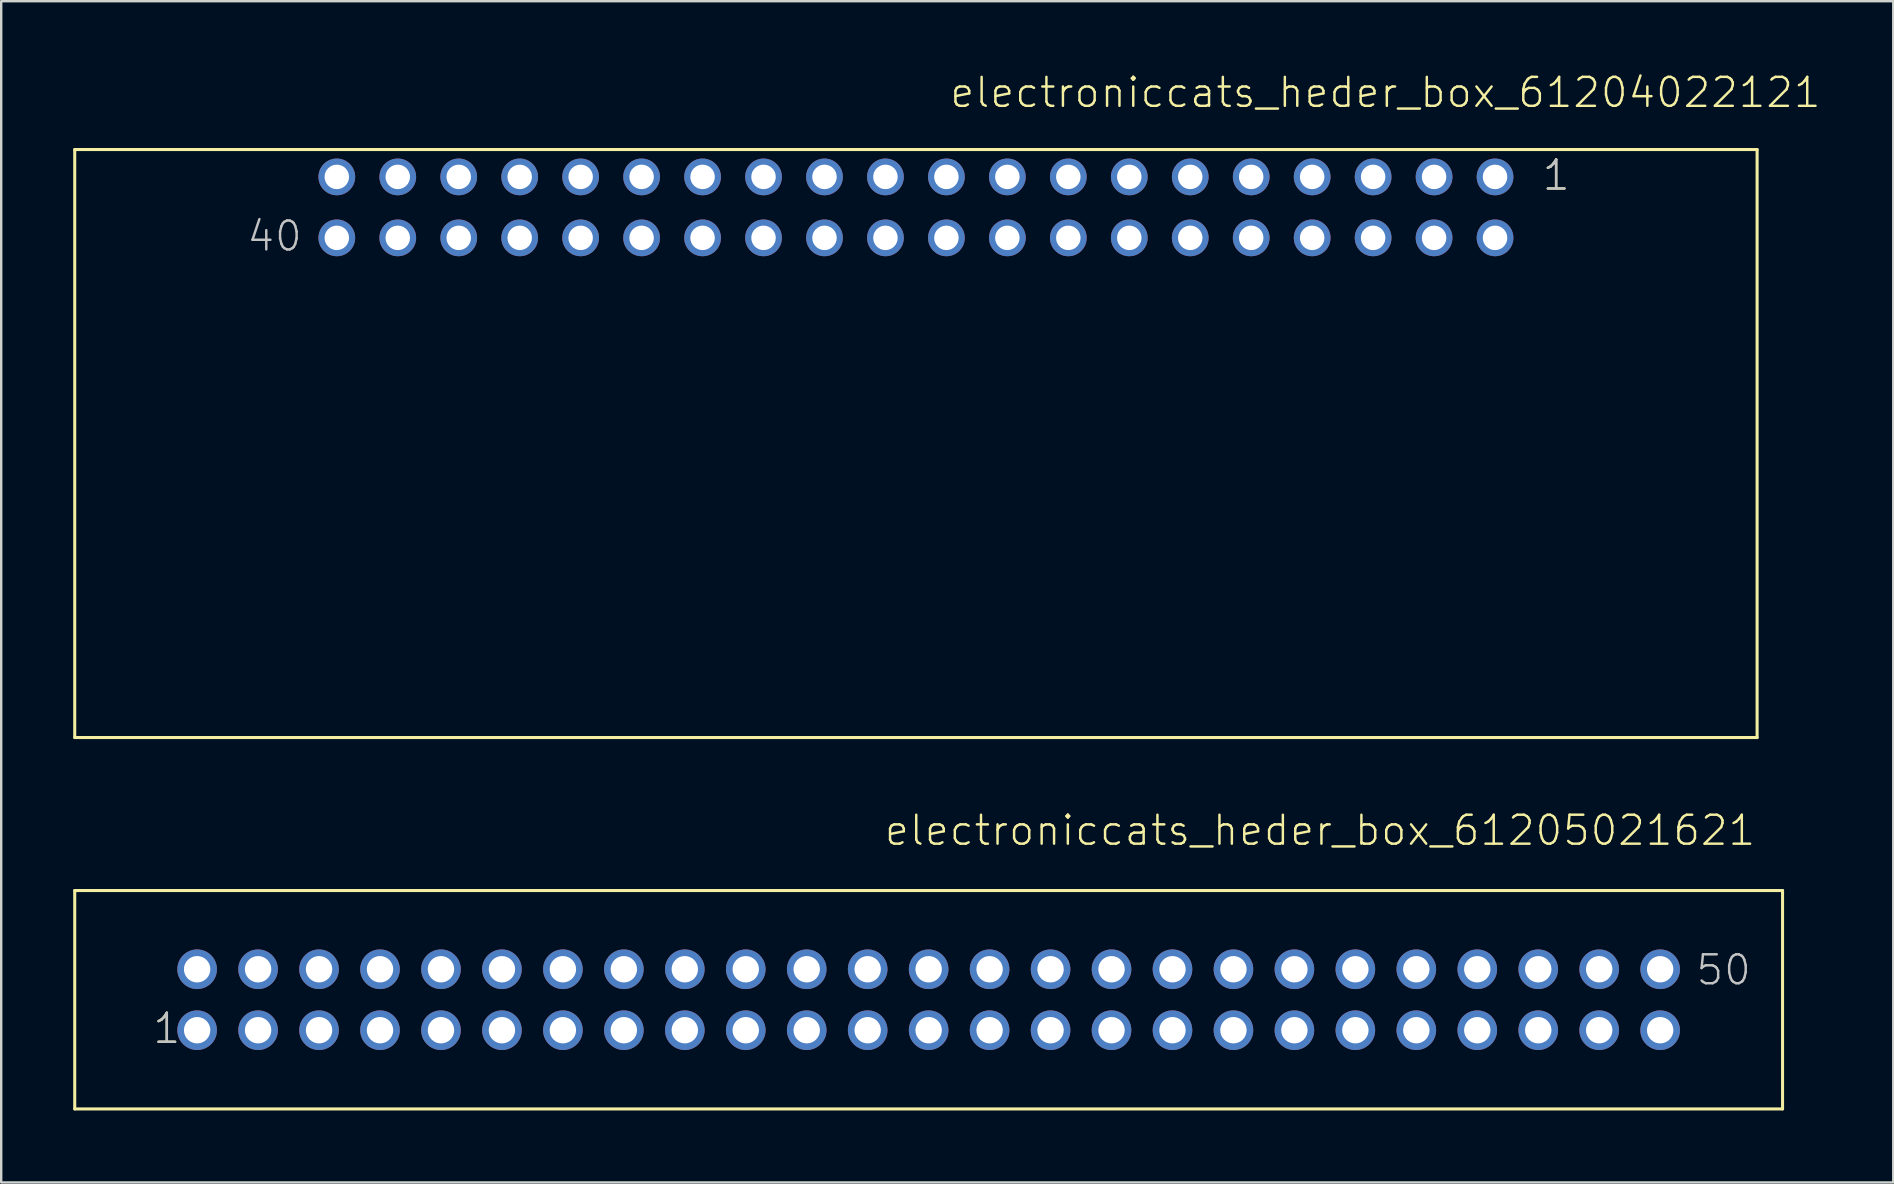
<source format=kicad_pcb>
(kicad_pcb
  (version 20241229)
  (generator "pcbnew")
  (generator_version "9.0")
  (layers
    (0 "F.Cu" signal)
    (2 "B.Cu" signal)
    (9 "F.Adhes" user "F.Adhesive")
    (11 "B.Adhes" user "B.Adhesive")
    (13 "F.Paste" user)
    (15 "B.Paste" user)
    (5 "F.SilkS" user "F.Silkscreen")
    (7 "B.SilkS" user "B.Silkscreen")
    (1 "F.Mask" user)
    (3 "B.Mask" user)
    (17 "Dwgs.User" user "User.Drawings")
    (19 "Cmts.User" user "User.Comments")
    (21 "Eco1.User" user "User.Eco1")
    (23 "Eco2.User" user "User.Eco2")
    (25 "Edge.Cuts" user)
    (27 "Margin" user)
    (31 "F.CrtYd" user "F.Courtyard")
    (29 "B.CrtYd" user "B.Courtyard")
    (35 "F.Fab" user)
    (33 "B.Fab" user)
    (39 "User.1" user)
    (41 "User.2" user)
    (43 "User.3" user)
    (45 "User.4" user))
  (footprint "electroniccats_heder_box_61205021621"
    (layer "F.Cu")
    (at 35.644 38.606)
    (property "Reference" "electroniccats_heder_box_61205021621" (at -1.905 -6.35 0) (layer "F.SilkS") (effects (font (size 1.206 1.206) (thickness 0.102)) (justify left bottom)))
    (attr through_hole)
    (fp_line (start -35.58 -4.55) (end 35.58 -4.55) (stroke (width 0.127) (type solid)) (layer "F.SilkS"))
    (fp_line (start -35.58 4.55) (end -35.58 -4.55) (stroke (width 0.127) (type solid)) (layer "F.SilkS"))
    (fp_line (start 35.58 -4.55) (end 35.58 4.55) (stroke (width 0.127) (type solid)) (layer "F.SilkS"))
    (fp_line (start 35.58 4.55) (end -35.58 4.55) (stroke (width 0.127) (type solid)) (layer "F.SilkS"))
    (fp_text user "1" (at -32.385 1.905 0) (layer "F.SilkS") (effects (font (size 1.206 1.206) (thickness 0.102)) (justify left bottom)))
    (fp_text user "1" (at -32.385 1.905 0) (layer "Dwgs.User") (effects (font (size 1.206 1.206) (thickness 0.102)) (justify left bottom)))
    (fp_text user "50" (at 31.91 -0.535 0) (layer "Dwgs.User") (effects (font (size 1.206 1.206) (thickness 0.102)) (justify left bottom)))
    (pad "1" thru_hole circle (at -30.48 1.27) (size 1.65 1.65) (drill 1.1) (layers "*.Cu" "*.Mask"))
    (pad "2" thru_hole circle (at -30.48 -1.27) (size 1.65 1.65) (drill 1.1) (layers "*.Cu" "*.Mask"))
    (pad "3" thru_hole circle (at -27.94 1.27) (size 1.65 1.65) (drill 1.1) (layers "*.Cu" "*.Mask"))
    (pad "4" thru_hole circle (at -27.94 -1.27) (size 1.65 1.65) (drill 1.1) (layers "*.Cu" "*.Mask"))
    (pad "5" thru_hole circle (at -25.4 1.27) (size 1.65 1.65) (drill 1.1) (layers "*.Cu" "*.Mask"))
    (pad "6" thru_hole circle (at -25.4 -1.27) (size 1.65 1.65) (drill 1.1) (layers "*.Cu" "*.Mask"))
    (pad "7" thru_hole circle (at -22.86 1.27) (size 1.65 1.65) (drill 1.1) (layers "*.Cu" "*.Mask"))
    (pad "8" thru_hole circle (at -22.86 -1.27) (size 1.65 1.65) (drill 1.1) (layers "*.Cu" "*.Mask"))
    (pad "9" thru_hole circle (at -20.32 1.27) (size 1.65 1.65) (drill 1.1) (layers "*.Cu" "*.Mask"))
    (pad "10" thru_hole circle (at -20.32 -1.27) (size 1.65 1.65) (drill 1.1) (layers "*.Cu" "*.Mask"))
    (pad "11" thru_hole circle (at -17.78 1.27) (size 1.65 1.65) (drill 1.1) (layers "*.Cu" "*.Mask"))
    (pad "12" thru_hole circle (at -17.78 -1.27) (size 1.65 1.65) (drill 1.1) (layers "*.Cu" "*.Mask"))
    (pad "13" thru_hole circle (at -15.24 1.27) (size 1.65 1.65) (drill 1.1) (layers "*.Cu" "*.Mask"))
    (pad "14" thru_hole circle (at -15.24 -1.27) (size 1.65 1.65) (drill 1.1) (layers "*.Cu" "*.Mask"))
    (pad "15" thru_hole circle (at -12.7 1.27) (size 1.65 1.65) (drill 1.1) (layers "*.Cu" "*.Mask"))
    (pad "16" thru_hole circle (at -12.7 -1.27) (size 1.65 1.65) (drill 1.1) (layers "*.Cu" "*.Mask"))
    (pad "17" thru_hole circle (at -10.16 1.27) (size 1.65 1.65) (drill 1.1) (layers "*.Cu" "*.Mask"))
    (pad "18" thru_hole circle (at -10.16 -1.27) (size 1.65 1.65) (drill 1.1) (layers "*.Cu" "*.Mask"))
    (pad "19" thru_hole circle (at -7.62 1.27) (size 1.65 1.65) (drill 1.1) (layers "*.Cu" "*.Mask"))
    (pad "20" thru_hole circle (at -7.62 -1.27) (size 1.65 1.65) (drill 1.1) (layers "*.Cu" "*.Mask"))
    (pad "21" thru_hole circle (at -5.08 1.27) (size 1.65 1.65) (drill 1.1) (layers "*.Cu" "*.Mask"))
    (pad "22" thru_hole circle (at -5.08 -1.27) (size 1.65 1.65) (drill 1.1) (layers "*.Cu" "*.Mask"))
    (pad "23" thru_hole circle (at -2.54 1.27) (size 1.65 1.65) (drill 1.1) (layers "*.Cu" "*.Mask"))
    (pad "24" thru_hole circle (at -2.54 -1.27) (size 1.65 1.65) (drill 1.1) (layers "*.Cu" "*.Mask"))
    (pad "25" thru_hole circle (at 0 1.27) (size 1.65 1.65) (drill 1.1) (layers "*.Cu" "*.Mask"))
    (pad "26" thru_hole circle (at 0 -1.27) (size 1.65 1.65) (drill 1.1) (layers "*.Cu" "*.Mask"))
    (pad "27" thru_hole circle (at 2.54 1.27) (size 1.65 1.65) (drill 1.1) (layers "*.Cu" "*.Mask"))
    (pad "28" thru_hole circle (at 2.54 -1.27) (size 1.65 1.65) (drill 1.1) (layers "*.Cu" "*.Mask"))
    (pad "29" thru_hole circle (at 5.08 1.27) (size 1.65 1.65) (drill 1.1) (layers "*.Cu" "*.Mask"))
    (pad "30" thru_hole circle (at 5.08 -1.27) (size 1.65 1.65) (drill 1.1) (layers "*.Cu" "*.Mask"))
    (pad "31" thru_hole circle (at 7.62 1.27) (size 1.65 1.65) (drill 1.1) (layers "*.Cu" "*.Mask"))
    (pad "32" thru_hole circle (at 7.62 -1.27) (size 1.65 1.65) (drill 1.1) (layers "*.Cu" "*.Mask"))
    (pad "33" thru_hole circle (at 10.16 1.27) (size 1.65 1.65) (drill 1.1) (layers "*.Cu" "*.Mask"))
    (pad "34" thru_hole circle (at 10.16 -1.27) (size 1.65 1.65) (drill 1.1) (layers "*.Cu" "*.Mask"))
    (pad "35" thru_hole circle (at 12.7 1.27) (size 1.65 1.65) (drill 1.1) (layers "*.Cu" "*.Mask"))
    (pad "36" thru_hole circle (at 12.7 -1.27) (size 1.65 1.65) (drill 1.1) (layers "*.Cu" "*.Mask"))
    (pad "37" thru_hole circle (at 15.24 1.27) (size 1.65 1.65) (drill 1.1) (layers "*.Cu" "*.Mask"))
    (pad "38" thru_hole circle (at 15.24 -1.27) (size 1.65 1.65) (drill 1.1) (layers "*.Cu" "*.Mask"))
    (pad "39" thru_hole circle (at 17.78 1.27) (size 1.65 1.65) (drill 1.1) (layers "*.Cu" "*.Mask"))
    (pad "40" thru_hole circle (at 17.78 -1.27) (size 1.65 1.65) (drill 1.1) (layers "*.Cu" "*.Mask"))
    (pad "41" thru_hole circle (at 20.32 1.27) (size 1.65 1.65) (drill 1.1) (layers "*.Cu" "*.Mask"))
    (pad "42" thru_hole circle (at 20.32 -1.27) (size 1.65 1.65) (drill 1.1) (layers "*.Cu" "*.Mask"))
    (pad "43" thru_hole circle (at 22.86 1.27) (size 1.65 1.65) (drill 1.1) (layers "*.Cu" "*.Mask"))
    (pad "44" thru_hole circle (at 22.86 -1.27) (size 1.65 1.65) (drill 1.1) (layers "*.Cu" "*.Mask"))
    (pad "45" thru_hole circle (at 25.4 1.27) (size 1.65 1.65) (drill 1.1) (layers "*.Cu" "*.Mask"))
    (pad "46" thru_hole circle (at 25.4 -1.27) (size 1.65 1.65) (drill 1.1) (layers "*.Cu" "*.Mask"))
    (pad "47" thru_hole circle (at 27.94 1.27) (size 1.65 1.65) (drill 1.1) (layers "*.Cu" "*.Mask"))
    (pad "48" thru_hole circle (at 27.94 -1.27) (size 1.65 1.65) (drill 1.1) (layers "*.Cu" "*.Mask"))
    (pad "49" thru_hole circle (at 30.48 1.27) (size 1.65 1.65) (drill 1.1) (layers "*.Cu" "*.Mask"))
    (pad "50" thru_hole circle (at 30.48 -1.27) (size 1.65 1.65) (drill 1.1) (layers "*.Cu" "*.Mask")))
  (footprint "electroniccats_heder_box_61204022121"
    (layer "F.Cu")
    (at 35.114 5.591)
    (property "Reference" "electroniccats_heder_box_61204022121" (at 1.35 -4.08 0) (layer "F.SilkS") (effects (font (size 1.206 1.206) (thickness 0.102)) (justify left bottom)))
    (attr through_hole)
    (fp_line (start -35.05 -2.41) (end -35.05 22.09) (stroke (width 0.127) (type solid)) (layer "F.SilkS"))
    (fp_line (start -35.05 -2.41) (end 35.05 -2.41) (stroke (width 0.127) (type solid)) (layer "F.SilkS"))
    (fp_line (start -35.05 22.09) (end 35.05 22.09) (stroke (width 0.127) (type solid)) (layer "F.SilkS"))
    (fp_line (start 35.05 -2.41) (end 35.05 22.09) (stroke (width 0.127) (type solid)) (layer "F.SilkS"))
    (fp_text user "1" (at 26.035 -0.635 0) (layer "F.SilkS") (effects (font (size 1.206 1.206) (thickness 0.102)) (justify left bottom)))
    (fp_text user "40" (at -27.94 1.905 0) (layer "Dwgs.User") (effects (font (size 1.206 1.206) (thickness 0.102)) (justify left bottom)))
    (fp_text user "1" (at 26.035 -0.635 0) (layer "Dwgs.User") (effects (font (size 1.206 1.206) (thickness 0.102)) (justify left bottom)))
    (pad "1" thru_hole circle (at 24.13 -1.27) (size 1.53 1.53) (drill 1.02) (layers "*.Cu" "*.Mask"))
    (pad "2" thru_hole circle (at 24.13 1.27) (size 1.53 1.53) (drill 1.02) (layers "*.Cu" "*.Mask"))
    (pad "3" thru_hole circle (at 21.59 -1.27) (size 1.53 1.53) (drill 1.02) (layers "*.Cu" "*.Mask"))
    (pad "4" thru_hole circle (at 21.59 1.27) (size 1.53 1.53) (drill 1.02) (layers "*.Cu" "*.Mask"))
    (pad "5" thru_hole circle (at 19.05 -1.27) (size 1.53 1.53) (drill 1.02) (layers "*.Cu" "*.Mask"))
    (pad "6" thru_hole circle (at 19.05 1.27) (size 1.53 1.53) (drill 1.02) (layers "*.Cu" "*.Mask"))
    (pad "7" thru_hole circle (at 16.51 -1.27) (size 1.53 1.53) (drill 1.02) (layers "*.Cu" "*.Mask"))
    (pad "8" thru_hole circle (at 16.51 1.27) (size 1.53 1.53) (drill 1.02) (layers "*.Cu" "*.Mask"))
    (pad "9" thru_hole circle (at 13.97 -1.27) (size 1.53 1.53) (drill 1.02) (layers "*.Cu" "*.Mask"))
    (pad "10" thru_hole circle (at 13.97 1.27) (size 1.53 1.53) (drill 1.02) (layers "*.Cu" "*.Mask"))
    (pad "11" thru_hole circle (at 11.43 -1.27) (size 1.53 1.53) (drill 1.02) (layers "*.Cu" "*.Mask"))
    (pad "12" thru_hole circle (at 11.43 1.27) (size 1.53 1.53) (drill 1.02) (layers "*.Cu" "*.Mask"))
    (pad "13" thru_hole circle (at 8.89 -1.27) (size 1.53 1.53) (drill 1.02) (layers "*.Cu" "*.Mask"))
    (pad "14" thru_hole circle (at 8.89 1.27) (size 1.53 1.53) (drill 1.02) (layers "*.Cu" "*.Mask"))
    (pad "15" thru_hole circle (at 6.35 -1.27) (size 1.53 1.53) (drill 1.02) (layers "*.Cu" "*.Mask"))
    (pad "16" thru_hole circle (at 6.35 1.27) (size 1.53 1.53) (drill 1.02) (layers "*.Cu" "*.Mask"))
    (pad "17" thru_hole circle (at 3.81 -1.27) (size 1.53 1.53) (drill 1.02) (layers "*.Cu" "*.Mask"))
    (pad "18" thru_hole circle (at 3.81 1.27) (size 1.53 1.53) (drill 1.02) (layers "*.Cu" "*.Mask"))
    (pad "19" thru_hole circle (at 1.27 -1.27) (size 1.53 1.53) (drill 1.02) (layers "*.Cu" "*.Mask"))
    (pad "20" thru_hole circle (at 1.27 1.27) (size 1.53 1.53) (drill 1.02) (layers "*.Cu" "*.Mask"))
    (pad "21" thru_hole circle (at -1.27 -1.27) (size 1.53 1.53) (drill 1.02) (layers "*.Cu" "*.Mask"))
    (pad "22" thru_hole circle (at -1.27 1.27) (size 1.53 1.53) (drill 1.02) (layers "*.Cu" "*.Mask"))
    (pad "23" thru_hole circle (at -3.81 -1.27) (size 1.53 1.53) (drill 1.02) (layers "*.Cu" "*.Mask"))
    (pad "24" thru_hole circle (at -3.81 1.27) (size 1.53 1.53) (drill 1.02) (layers "*.Cu" "*.Mask"))
    (pad "25" thru_hole circle (at -6.35 -1.27) (size 1.53 1.53) (drill 1.02) (layers "*.Cu" "*.Mask"))
    (pad "26" thru_hole circle (at -6.35 1.27) (size 1.53 1.53) (drill 1.02) (layers "*.Cu" "*.Mask"))
    (pad "27" thru_hole circle (at -8.89 -1.27) (size 1.53 1.53) (drill 1.02) (layers "*.Cu" "*.Mask"))
    (pad "28" thru_hole circle (at -8.89 1.27) (size 1.53 1.53) (drill 1.02) (layers "*.Cu" "*.Mask"))
    (pad "29" thru_hole circle (at -11.43 -1.27) (size 1.53 1.53) (drill 1.02) (layers "*.Cu" "*.Mask"))
    (pad "30" thru_hole circle (at -11.43 1.27) (size 1.53 1.53) (drill 1.02) (layers "*.Cu" "*.Mask"))
    (pad "31" thru_hole circle (at -13.97 -1.27) (size 1.53 1.53) (drill 1.02) (layers "*.Cu" "*.Mask"))
    (pad "32" thru_hole circle (at -13.97 1.27) (size 1.53 1.53) (drill 1.02) (layers "*.Cu" "*.Mask"))
    (pad "33" thru_hole circle (at -16.51 -1.27) (size 1.53 1.53) (drill 1.02) (layers "*.Cu" "*.Mask"))
    (pad "34" thru_hole circle (at -16.51 1.27) (size 1.53 1.53) (drill 1.02) (layers "*.Cu" "*.Mask"))
    (pad "35" thru_hole circle (at -19.05 -1.27) (size 1.53 1.53) (drill 1.02) (layers "*.Cu" "*.Mask"))
    (pad "36" thru_hole circle (at -19.05 1.27) (size 1.53 1.53) (drill 1.02) (layers "*.Cu" "*.Mask"))
    (pad "37" thru_hole circle (at -21.59 -1.27) (size 1.53 1.53) (drill 1.02) (layers "*.Cu" "*.Mask"))
    (pad "38" thru_hole circle (at -21.59 1.27) (size 1.53 1.53) (drill 1.02) (layers "*.Cu" "*.Mask"))
    (pad "39" thru_hole circle (at -24.13 -1.27) (size 1.53 1.53) (drill 1.02) (layers "*.Cu" "*.Mask"))
    (pad "40" thru_hole circle (at -24.13 1.27) (size 1.53 1.53) (drill 1.02) (layers "*.Cu" "*.Mask")))
  (gr_rect
    (start -3 -3)
    (end 75.837 46.22)
    (stroke (width 0.1) (type default))
    (fill no)
    (layer "Edge.Cuts")))
</source>
